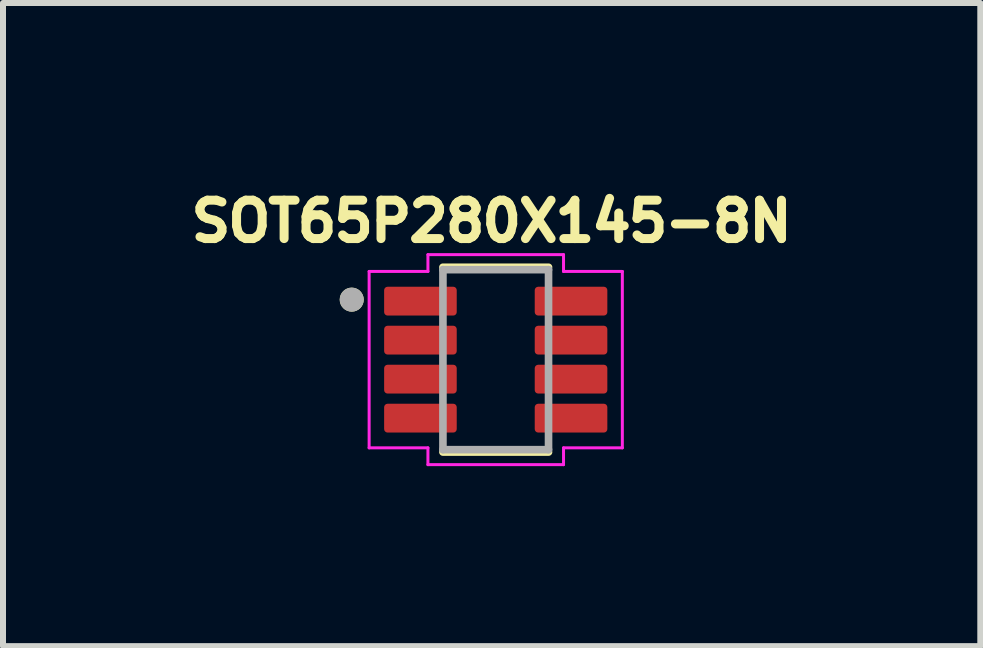
<source format=kicad_pcb>
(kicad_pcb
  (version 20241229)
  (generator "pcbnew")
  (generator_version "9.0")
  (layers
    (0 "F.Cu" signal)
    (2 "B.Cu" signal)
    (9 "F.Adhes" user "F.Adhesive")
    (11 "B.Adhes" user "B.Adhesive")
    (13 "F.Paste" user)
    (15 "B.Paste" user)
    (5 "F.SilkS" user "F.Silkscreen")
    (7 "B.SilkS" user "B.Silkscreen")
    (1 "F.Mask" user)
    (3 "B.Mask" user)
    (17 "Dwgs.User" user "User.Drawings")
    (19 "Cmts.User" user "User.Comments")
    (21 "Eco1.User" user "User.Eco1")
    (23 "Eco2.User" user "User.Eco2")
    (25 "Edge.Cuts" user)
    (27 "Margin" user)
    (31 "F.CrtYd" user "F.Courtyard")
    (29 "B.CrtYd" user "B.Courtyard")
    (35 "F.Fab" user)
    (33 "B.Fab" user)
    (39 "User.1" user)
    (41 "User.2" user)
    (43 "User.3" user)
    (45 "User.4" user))
  (footprint "SOT65P280X145-8N"
    (layer "F.Cu")
    (at 5.212 2.944)
    (property "Reference" "SOT65P280X145-8N" (at -0.068 -2.306 0) (layer "F.SilkS") (effects (font (size 0.64 0.64) (thickness 0.15))))
    (attr smd)
    (fp_line (start -0.88 -1.54) (end 0.88 -1.54) (stroke (width 0.127) (type solid)) (layer "F.SilkS"))
    (fp_line (start -0.88 1.54) (end 0.88 1.54) (stroke (width 0.127) (type solid)) (layer "F.SilkS"))
    (fp_circle (center -2.4 -1) (end -2.3 -1) (stroke (width 0.2) (type solid)) (fill no) (layer "F.SilkS"))
    (fp_line (start -2.11 -1.47) (end -2.11 1.47) (stroke (width 0.05) (type solid)) (layer "F.CrtYd"))
    (fp_line (start -2.11 -1.47) (end -1.13 -1.47) (stroke (width 0.05) (type solid)) (layer "F.CrtYd"))
    (fp_line (start -1.13 -1.75) (end 1.13 -1.75) (stroke (width 0.05) (type solid)) (layer "F.CrtYd"))
    (fp_line (start -1.13 -1.47) (end -1.13 -1.75) (stroke (width 0.05) (type solid)) (layer "F.CrtYd"))
    (fp_line (start -1.13 1.47) (end -2.11 1.47) (stroke (width 0.05) (type solid)) (layer "F.CrtYd"))
    (fp_line (start -1.13 1.75) (end -1.13 1.47) (stroke (width 0.05) (type solid)) (layer "F.CrtYd"))
    (fp_line (start 1.13 -1.75) (end 1.13 -1.47) (stroke (width 0.05) (type solid)) (layer "F.CrtYd"))
    (fp_line (start 1.13 -1.47) (end 2.11 -1.47) (stroke (width 0.05) (type solid)) (layer "F.CrtYd"))
    (fp_line (start 1.13 1.47) (end 1.13 1.75) (stroke (width 0.05) (type solid)) (layer "F.CrtYd"))
    (fp_line (start 1.13 1.75) (end -1.13 1.75) (stroke (width 0.05) (type solid)) (layer "F.CrtYd"))
    (fp_line (start 2.11 1.47) (end 1.13 1.47) (stroke (width 0.05) (type solid)) (layer "F.CrtYd"))
    (fp_line (start 2.11 1.47) (end 2.11 -1.47) (stroke (width 0.05) (type solid)) (layer "F.CrtYd"))
    (fp_line (start -0.88 -1.5) (end 0.88 -1.5) (stroke (width 0.127) (type solid)) (layer "F.Fab"))
    (fp_line (start -0.88 1.5) (end -0.88 -1.5) (stroke (width 0.127) (type solid)) (layer "F.Fab"))
    (fp_line (start 0.88 -1.5) (end 0.88 1.5) (stroke (width 0.127) (type solid)) (layer "F.Fab"))
    (fp_line (start 0.88 1.5) (end -0.88 1.5) (stroke (width 0.127) (type solid)) (layer "F.Fab"))
    (fp_circle (center -2.4 -1) (end -2.3 -1) (stroke (width 0.2) (type solid)) (fill no) (layer "F.Fab"))
    (pad "1" smd roundrect (at -1.255 -0.975) (size 1.21 0.48) (layers "F.Cu" "F.Mask" "F.Paste") (roundrect_rratio 0.12))
    (pad "2" smd roundrect (at -1.255 -0.325) (size 1.21 0.48) (layers "F.Cu" "F.Mask" "F.Paste") (roundrect_rratio 0.12))
    (pad "3" smd roundrect (at -1.255 0.325) (size 1.21 0.48) (layers "F.Cu" "F.Mask" "F.Paste") (roundrect_rratio 0.12))
    (pad "4" smd roundrect (at -1.255 0.975) (size 1.21 0.48) (layers "F.Cu" "F.Mask" "F.Paste") (roundrect_rratio 0.12))
    (pad "5" smd roundrect (at 1.255 0.975 180) (size 1.21 0.48) (layers "F.Cu" "F.Mask" "F.Paste") (roundrect_rratio 0.12))
    (pad "6" smd roundrect (at 1.255 0.325 180) (size 1.21 0.48) (layers "F.Cu" "F.Mask" "F.Paste") (roundrect_rratio 0.12))
    (pad "7" smd roundrect (at 1.255 -0.325 180) (size 1.21 0.48) (layers "F.Cu" "F.Mask" "F.Paste") (roundrect_rratio 0.12))
    (pad "8" smd roundrect (at 1.255 -0.975 180) (size 1.21 0.48) (layers "F.Cu" "F.Mask" "F.Paste") (roundrect_rratio 0.12)))
  (gr_rect
    (start -3 -3)
    (end 13.288 7.719)
    (stroke (width 0.1) (type default))
    (fill no)
    (layer "Edge.Cuts")))
</source>
